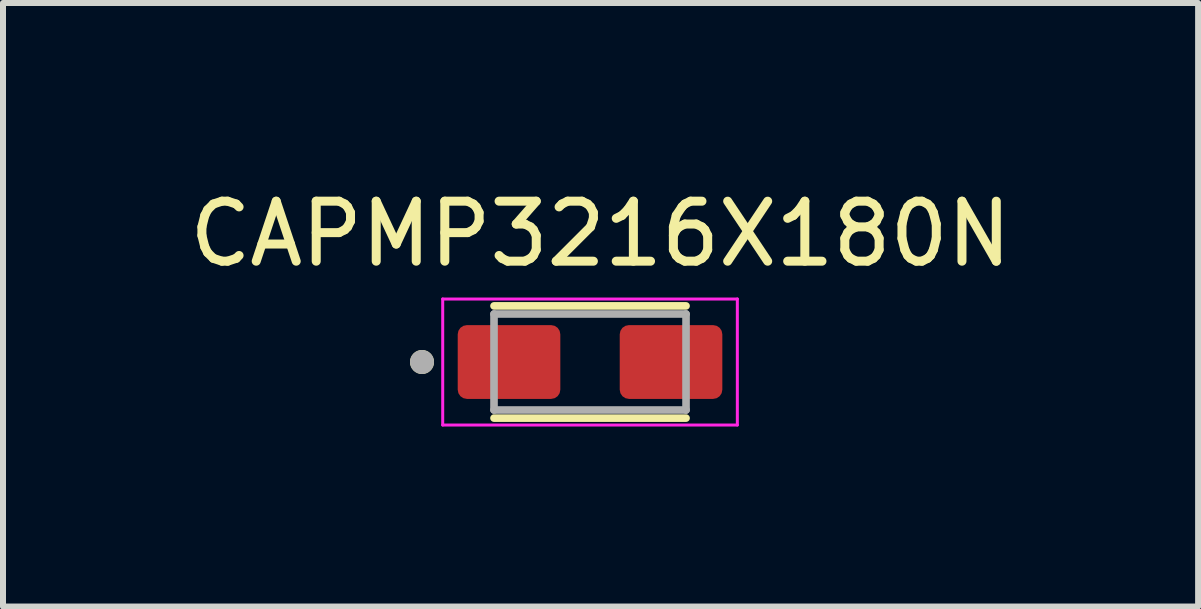
<source format=kicad_pcb>
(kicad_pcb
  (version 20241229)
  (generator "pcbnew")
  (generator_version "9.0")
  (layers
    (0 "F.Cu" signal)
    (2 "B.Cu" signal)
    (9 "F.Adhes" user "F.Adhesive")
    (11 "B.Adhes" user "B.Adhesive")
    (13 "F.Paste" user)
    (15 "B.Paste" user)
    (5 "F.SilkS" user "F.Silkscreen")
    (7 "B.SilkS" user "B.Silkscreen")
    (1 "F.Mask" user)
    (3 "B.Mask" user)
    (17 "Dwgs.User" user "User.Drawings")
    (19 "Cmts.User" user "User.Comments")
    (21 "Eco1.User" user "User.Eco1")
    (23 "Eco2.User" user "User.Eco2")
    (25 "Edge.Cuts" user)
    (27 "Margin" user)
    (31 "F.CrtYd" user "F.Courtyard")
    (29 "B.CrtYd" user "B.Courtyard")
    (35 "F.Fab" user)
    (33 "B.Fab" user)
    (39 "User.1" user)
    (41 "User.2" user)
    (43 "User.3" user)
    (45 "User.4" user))
  (footprint "CAPMP3216X180N"
    (layer "F.Cu")
    (at 6.783 2.983)
    (property "Reference" "CAPMP3216X180N" (at 0.175 -2.135 0) (layer "F.SilkS") (effects (font (size 1 1) (thickness 0.15))))
    (attr smd)
    (fp_line (start -1.6 -0.935) (end 1.6 -0.935) (stroke (width 0.127) (type solid)) (layer "F.SilkS"))
    (fp_line (start -1.6 0.935) (end 1.6 0.935) (stroke (width 0.127) (type solid)) (layer "F.SilkS"))
    (fp_circle (center -2.8 0) (end -2.7 0) (stroke (width 0.2) (type solid)) (fill no) (layer "F.SilkS"))
    (fp_line (start -2.455 -1.05) (end 2.455 -1.05) (stroke (width 0.05) (type solid)) (layer "F.CrtYd"))
    (fp_line (start -2.455 1.05) (end -2.455 -1.05) (stroke (width 0.05) (type solid)) (layer "F.CrtYd"))
    (fp_line (start 2.455 -1.05) (end 2.455 1.05) (stroke (width 0.05) (type solid)) (layer "F.CrtYd"))
    (fp_line (start 2.455 1.05) (end -2.455 1.05) (stroke (width 0.05) (type solid)) (layer "F.CrtYd"))
    (fp_line (start -1.6 -0.8) (end 1.6 -0.8) (stroke (width 0.127) (type solid)) (layer "F.Fab"))
    (fp_line (start -1.6 0.8) (end -1.6 -0.8) (stroke (width 0.127) (type solid)) (layer "F.Fab"))
    (fp_line (start 1.6 -0.8) (end 1.6 0.8) (stroke (width 0.127) (type solid)) (layer "F.Fab"))
    (fp_line (start 1.6 0.8) (end -1.6 0.8) (stroke (width 0.127) (type solid)) (layer "F.Fab"))
    (fp_circle (center -2.8 0) (end -2.7 0) (stroke (width 0.2) (type solid)) (fill no) (layer "F.Fab"))
    (pad "1" smd roundrect (at -1.35 0) (size 1.71 1.23) (layers "F.Cu" "F.Mask" "F.Paste") (roundrect_rratio 0.125))
    (pad "2" smd roundrect (at 1.35 0) (size 1.71 1.23) (layers "F.Cu" "F.Mask" "F.Paste") (roundrect_rratio 0.125)))
  (gr_rect
    (start -3 -3)
    (end 16.917 7.058)
    (stroke (width 0.1) (type default))
    (fill no)
    (layer "Edge.Cuts")))
</source>
